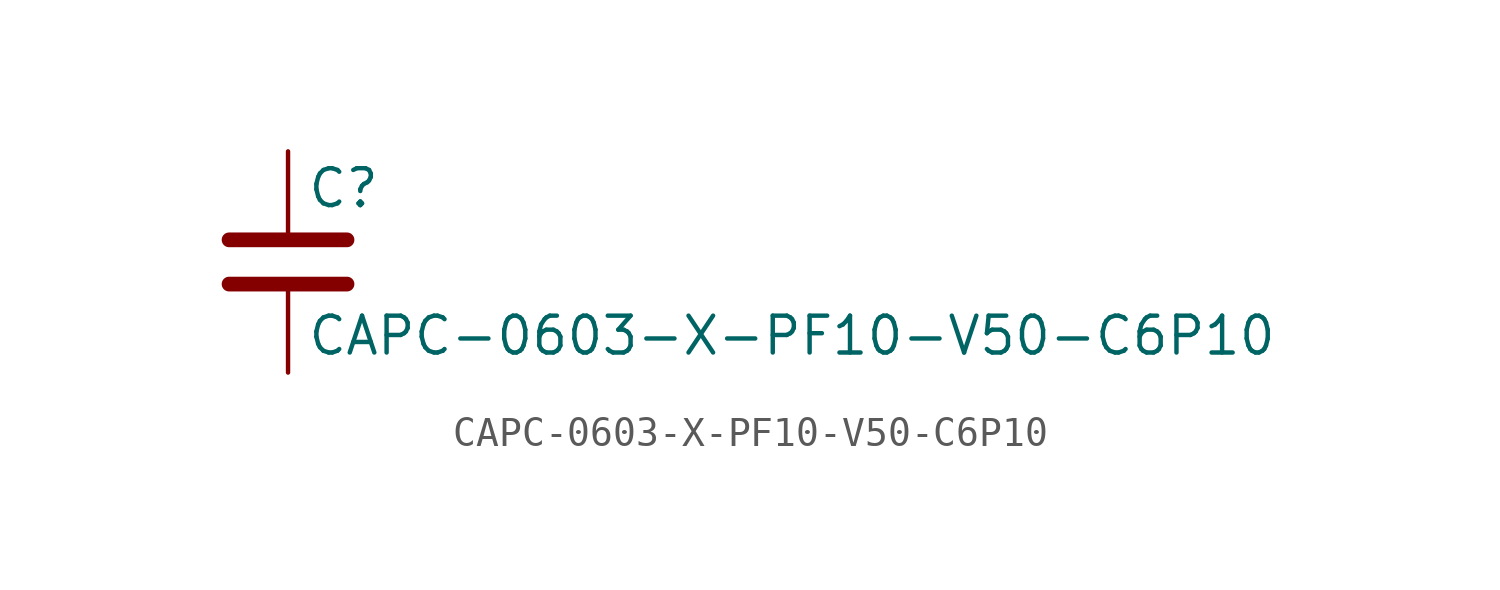
<source format=kicad_sym>
(kicad_symbol_lib
  (version 20211014)
  (generator kicad_symbol_editor)
  (symbol "CAPC-0603-X-PF10-V50-C6P10"
    (pin_numbers hide)
    (pin_names
      (offset 0.254))
    (property "Reference" "C"
      (at 0.635 2.54 0)
      (effects (font (size 1.27 1.27)) (justify left)))
    (property "Value" "CAPC-0603-X-PF10-V50-C6P10"
      (at 0.635 -2.54 0)
      (effects (font (size 1.27 1.27)) (justify left)))
    (symbol "CAPC-0603-X-PF10-V50-C6P10_0_1"
      (polyline (pts (xy -2.032 -0.762) (xy 2.032 -0.762)) (stroke (width 0.508) (type default) (color 0 0 0 0)) (fill (type none)))
      (polyline (pts (xy -2.032 0.762) (xy 2.032 0.762)) (stroke (width 0.508) (type default) (color 0 0 0 0)) (fill (type none))))
    (symbol "CAPC-0603-X-PF10-V50-C6P10_1_1"
      (pin passive line (at 0 3.81 270) (length 2.794) (name "~" (effects (font (size 1.27 1.27)))) (number "1" (effects (font (size 1.27 1.27)))))
      (pin passive line (at 0 -3.81 90) (length 2.794) (name "~" (effects (font (size 1.27 1.27)))) (number "2" (effects (font (size 1.27 1.27))))))))
</source>
